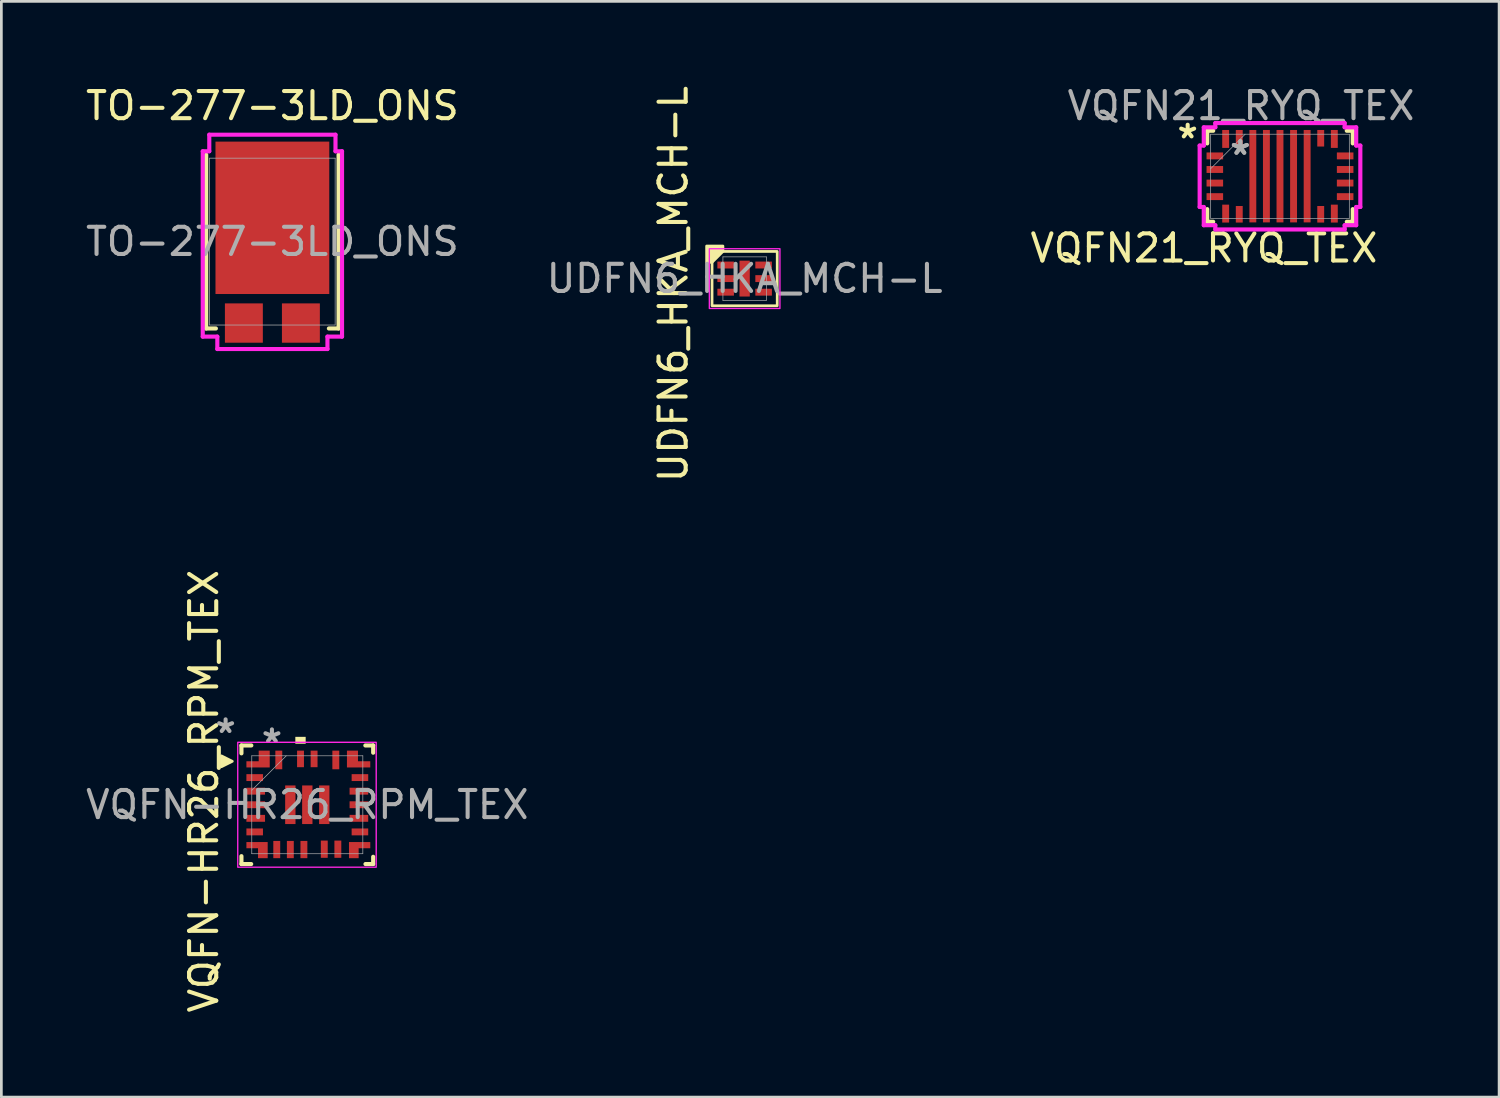
<source format=kicad_pcb>
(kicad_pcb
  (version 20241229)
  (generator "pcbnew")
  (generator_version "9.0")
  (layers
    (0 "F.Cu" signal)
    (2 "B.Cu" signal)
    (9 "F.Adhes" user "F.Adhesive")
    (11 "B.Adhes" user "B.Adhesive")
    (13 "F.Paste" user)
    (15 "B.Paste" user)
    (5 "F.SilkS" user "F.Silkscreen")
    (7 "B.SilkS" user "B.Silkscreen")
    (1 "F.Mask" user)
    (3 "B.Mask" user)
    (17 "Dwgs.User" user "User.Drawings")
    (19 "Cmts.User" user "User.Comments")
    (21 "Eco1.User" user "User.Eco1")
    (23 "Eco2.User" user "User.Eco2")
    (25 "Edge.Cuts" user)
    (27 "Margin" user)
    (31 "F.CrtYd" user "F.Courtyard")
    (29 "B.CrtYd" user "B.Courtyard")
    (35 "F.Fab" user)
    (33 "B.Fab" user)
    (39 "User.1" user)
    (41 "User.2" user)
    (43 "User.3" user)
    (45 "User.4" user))
  (footprint "VQFN21_RYQ_TEX"
    (layer "F.Cu")
    (at 44.092 3.442)
    (property "Reference" "VQFN21_RYQ_TEX" (at -2.8 2.647 0) (unlocked yes) (layer "F.SilkS") (effects (font (size 1 1) (thickness 0.15))))
    (attr smd)
    (fp_line (start -2.68 -1.676) (end -2.68 -1.21) (stroke (width 0.152) (type solid)) (layer "F.SilkS"))
    (fp_line (start -2.68 1.21) (end -2.68 1.676) (stroke (width 0.152) (type solid)) (layer "F.SilkS"))
    (fp_line (start -2.68 1.676) (end -2.46 1.676) (stroke (width 0.152) (type solid)) (layer "F.SilkS"))
    (fp_line (start -2.46 -1.676) (end -2.68 -1.676) (stroke (width 0.152) (type solid)) (layer "F.SilkS"))
    (fp_line (start 2.46 1.676) (end 2.68 1.676) (stroke (width 0.152) (type solid)) (layer "F.SilkS"))
    (fp_line (start 2.68 -1.676) (end 2.46 -1.676) (stroke (width 0.152) (type solid)) (layer "F.SilkS"))
    (fp_line (start 2.68 -1.21) (end 2.68 -1.676) (stroke (width 0.152) (type solid)) (layer "F.SilkS"))
    (fp_line (start 2.68 1.676) (end 2.68 1.21) (stroke (width 0.152) (type solid)) (layer "F.SilkS"))
    (fp_line (start -2.959 -1.131) (end -2.807 -1.131) (stroke (width 0.152) (type solid)) (layer "F.CrtYd"))
    (fp_line (start -2.959 1.131) (end -2.959 -1.131) (stroke (width 0.152) (type solid)) (layer "F.CrtYd"))
    (fp_line (start -2.807 -1.803) (end -2.382 -1.803) (stroke (width 0.152) (type solid)) (layer "F.CrtYd"))
    (fp_line (start -2.807 -1.131) (end -2.807 -1.803) (stroke (width 0.152) (type solid)) (layer "F.CrtYd"))
    (fp_line (start -2.807 1.131) (end -2.959 1.131) (stroke (width 0.152) (type solid)) (layer "F.CrtYd"))
    (fp_line (start -2.807 1.803) (end -2.807 1.131) (stroke (width 0.152) (type solid)) (layer "F.CrtYd"))
    (fp_line (start -2.382 -1.959) (end 2.382 -1.959) (stroke (width 0.152) (type solid)) (layer "F.CrtYd"))
    (fp_line (start -2.382 -1.803) (end -2.382 -1.959) (stroke (width 0.152) (type solid)) (layer "F.CrtYd"))
    (fp_line (start -2.382 1.803) (end -2.807 1.803) (stroke (width 0.152) (type solid)) (layer "F.CrtYd"))
    (fp_line (start -2.382 1.959) (end -2.382 1.803) (stroke (width 0.152) (type solid)) (layer "F.CrtYd"))
    (fp_line (start 2.382 -1.959) (end 2.382 -1.803) (stroke (width 0.152) (type solid)) (layer "F.CrtYd"))
    (fp_line (start 2.382 -1.803) (end 2.807 -1.803) (stroke (width 0.152) (type solid)) (layer "F.CrtYd"))
    (fp_line (start 2.382 1.803) (end 2.382 1.959) (stroke (width 0.152) (type solid)) (layer "F.CrtYd"))
    (fp_line (start 2.382 1.959) (end -2.382 1.959) (stroke (width 0.152) (type solid)) (layer "F.CrtYd"))
    (fp_line (start 2.807 -1.803) (end 2.807 -1.131) (stroke (width 0.152) (type solid)) (layer "F.CrtYd"))
    (fp_line (start 2.807 -1.131) (end 2.959 -1.131) (stroke (width 0.152) (type solid)) (layer "F.CrtYd"))
    (fp_line (start 2.807 1.131) (end 2.807 1.803) (stroke (width 0.152) (type solid)) (layer "F.CrtYd"))
    (fp_line (start 2.807 1.803) (end 2.382 1.803) (stroke (width 0.152) (type solid)) (layer "F.CrtYd"))
    (fp_line (start 2.959 -1.131) (end 2.959 1.131) (stroke (width 0.152) (type solid)) (layer "F.CrtYd"))
    (fp_line (start 2.959 1.131) (end 2.807 1.131) (stroke (width 0.152) (type solid)) (layer "F.CrtYd"))
    (fp_line (start -2.553 -1.549) (end -2.553 1.549) (stroke (width 0.025) (type solid)) (layer "F.Fab"))
    (fp_line (start -2.553 -0.279) (end -1.283 -1.549) (stroke (width 0.025) (type solid)) (layer "F.Fab"))
    (fp_line (start -2.553 1.549) (end 2.553 1.549) (stroke (width 0.025) (type solid)) (layer "F.Fab"))
    (fp_line (start 2.553 -1.549) (end -2.553 -1.549) (stroke (width 0.025) (type solid)) (layer "F.Fab"))
    (fp_line (start 2.553 1.549) (end 2.553 -1.549) (stroke (width 0.025) (type solid)) (layer "F.Fab"))
    (fp_text user "*" (at -3.4 -1.353 0) (unlocked yes) (layer "F.SilkS") (effects (font (size 1 1) (thickness 0.15))))
    (fp_text user "${REFERENCE}" (at -1.435 -2.594 0) (unlocked yes) (layer "F.Fab") (effects (font (size 1 1) (thickness 0.15))))
    (fp_text user "*" (at -1.46 -0.75 0) (unlocked yes) (layer "F.Fab") (effects (font (size 1 1) (thickness 0.15))))
    (fp_text user "*" (at -1.46 -0.75 0) (unlocked yes) (layer "F.Fab") (effects (font (size 1 1) (thickness 0.15))))
    (pad "1" smd rect (at -2.4 -0.75) (size 0.61 0.254) (layers "F.Cu" "F.Mask" "F.Paste"))
    (pad "2" smd rect (at -2.4 -0.25) (size 0.61 0.254) (layers "F.Cu" "F.Mask" "F.Paste"))
    (pad "3" smd rect (at -2.4 0.25) (size 0.61 0.254) (layers "F.Cu" "F.Mask" "F.Paste"))
    (pad "4" smd rect (at -2.4 0.75) (size 0.61 0.254) (layers "F.Cu" "F.Mask" "F.Paste"))
    (pad "5" smd rect (at -2.001 1.375) (size 0.254 0.66) (layers "F.Cu" "F.Mask" "F.Paste"))
    (pad "6" smd rect (at -1.5 1.4 90) (size 0.61 0.254) (layers "F.Cu" "F.Mask" "F.Paste"))
    (pad "7" smd rect (at -1 -0.003) (size 0.254 3.404) (layers "F.Cu" "F.Mask" "F.Paste"))
    (pad "8" smd rect (at -0.5 -0.003) (size 0.254 3.404) (layers "F.Cu" "F.Mask" "F.Paste"))
    (pad "9" smd rect (at 0 -0.003) (size 0.254 3.404) (layers "F.Cu" "F.Mask" "F.Paste"))
    (pad "10" smd rect (at 0.5 -0.003) (size 0.254 3.404) (layers "F.Cu" "F.Mask" "F.Paste"))
    (pad "11" smd rect (at 1 -0.003) (size 0.254 3.404) (layers "F.Cu" "F.Mask" "F.Paste"))
    (pad "12" smd rect (at 1.5 1.4 90) (size 0.61 0.254) (layers "F.Cu" "F.Mask" "F.Paste"))
    (pad "13" smd rect (at 2.001 1.375) (size 0.254 0.66) (layers "F.Cu" "F.Mask" "F.Paste"))
    (pad "14" smd rect (at 2.4 0.75) (size 0.61 0.254) (layers "F.Cu" "F.Mask" "F.Paste"))
    (pad "15" smd rect (at 2.4 0.25) (size 0.61 0.254) (layers "F.Cu" "F.Mask" "F.Paste"))
    (pad "16" smd rect (at 2.4 -0.25) (size 0.61 0.254) (layers "F.Cu" "F.Mask" "F.Paste"))
    (pad "17" smd rect (at 2.4 -0.75) (size 0.61 0.254) (layers "F.Cu" "F.Mask" "F.Paste"))
    (pad "18" smd rect (at 2.001 -1.375) (size 0.254 0.66) (layers "F.Cu" "F.Mask" "F.Paste"))
    (pad "19" smd rect (at 1.5 -1.4 90) (size 0.61 0.254) (layers "F.Cu" "F.Mask" "F.Paste"))
    (pad "20" smd rect (at -1.5 -1.4 90) (size 0.61 0.254) (layers "F.Cu" "F.Mask" "F.Paste"))
    (pad "21" smd rect (at -2.001 -1.375) (size 0.254 0.66) (layers "F.Cu" "F.Mask" "F.Paste")))
  (footprint "UDFN6_HKA_MCH-L"
    (layer "F.Cu")
    (at 24.375 7.211)
    (property "Reference" "UDFN6_HKA_MCH-L" (at -2.627 0.2 90) (unlocked yes) (layer "F.SilkS") (effects (font (size 1 1) (thickness 0.15))))
    (attr smd)
    (fp_poly (pts (xy -1.2 -1) (xy 1.2 -1) (xy 1.2 1) (xy -1.2 1)) (stroke (width 0.1) (type default)) (fill no) (layer "F.SilkS"))
    (fp_poly (pts (xy -1.2 -0.6) (xy -1.4 -0.6) (xy -1.4 -1.2) (xy -0.8 -1.2) (xy -0.8 -1)) (stroke (width 0.1) (type solid)) (fill yes) (layer "F.SilkS"))
    (fp_poly (pts (xy -1.3 -1.1) (xy 1.3 -1.1) (xy 1.3 1.1) (xy -1.3 1.1)) (stroke (width 0.05) (type default)) (fill no) (layer "F.CrtYd"))
    (fp_line (start -0.8 -0.8) (end -0.8 0.8) (stroke (width 0.025) (type solid)) (layer "F.Fab"))
    (fp_line (start -0.8 0.8) (end 0.8 0.8) (stroke (width 0.025) (type solid)) (layer "F.Fab"))
    (fp_line (start 0.8 -0.8) (end -0.8 -0.8) (stroke (width 0.025) (type solid)) (layer "F.Fab"))
    (fp_line (start 0.8 0.8) (end 0.8 -0.8) (stroke (width 0.025) (type solid)) (layer "F.Fab"))
    (fp_text user "${REFERENCE}" (at 0 0 0) (unlocked yes) (layer "F.Fab") (effects (font (size 1 1) (thickness 0.15))))
    (pad "1" smd rect (at -0.699 -0.5) (size 0.61 0.254) (layers "F.Cu" "F.Mask" "F.Paste"))
    (pad "2" smd rect (at -0.699 0) (size 0.61 0.254) (layers "F.Cu" "F.Mask" "F.Paste"))
    (pad "2" smd rect (at 0 0) (size 0.38 1.321) (layers "F.Cu" "F.Mask" "F.Paste"))
    (pad "3" smd rect (at -0.699 0.5) (size 0.61 0.254) (layers "F.Cu" "F.Mask" "F.Paste"))
    (pad "4" smd rect (at 0.699 0.5) (size 0.61 0.254) (layers "F.Cu" "F.Mask" "F.Paste"))
    (pad "5" smd rect (at 0.699 0) (size 0.61 0.254) (layers "F.Cu" "F.Mask" "F.Paste"))
    (pad "6" smd rect (at 0.699 -0.5) (size 0.61 0.254) (layers "F.Cu" "F.Mask" "F.Paste")))
  (footprint "TO-277-3LD_ONS"
    (layer "F.Cu")
    (at 6.982 5.848)
    (property "Reference" "TO-277-3LD_ONS" (at 0 -5 0) (unlocked yes) (layer "F.SilkS") (effects (font (size 1 1) (thickness 0.15))))
    (attr smd)
    (fp_line (start -2.438 -3.2) (end -2.438 3.2) (stroke (width 0.152) (type solid)) (layer "F.SilkS"))
    (fp_line (start -2.438 3.2) (end -2.081 3.2) (stroke (width 0.152) (type solid)) (layer "F.SilkS"))
    (fp_line (start 2.081 3.2) (end 2.438 3.2) (stroke (width 0.152) (type solid)) (layer "F.SilkS"))
    (fp_line (start 2.438 3.2) (end 2.438 -3.2) (stroke (width 0.152) (type solid)) (layer "F.SilkS"))
    (fp_line (start -2.565 -3.327) (end -2.324 -3.327) (stroke (width 0.152) (type solid)) (layer "F.CrtYd"))
    (fp_line (start -2.565 3.5) (end -2.565 -3.327) (stroke (width 0.152) (type solid)) (layer "F.CrtYd"))
    (fp_line (start -2.324 -3.937) (end -2.324 -3.327) (stroke (width 0.152) (type solid)) (layer "F.CrtYd"))
    (fp_line (start -2.324 -3.937) (end 2.324 -3.937) (stroke (width 0.152) (type solid)) (layer "F.CrtYd"))
    (fp_line (start -2.028 3.5) (end -2.565 3.5) (stroke (width 0.152) (type solid)) (layer "F.CrtYd"))
    (fp_line (start -2.028 3.5) (end -2.028 3.957) (stroke (width 0.152) (type solid)) (layer "F.CrtYd"))
    (fp_line (start -2.028 3.957) (end 2.028 3.957) (stroke (width 0.152) (type solid)) (layer "F.CrtYd"))
    (fp_line (start 2.028 3.5) (end 2.028 3.957) (stroke (width 0.152) (type solid)) (layer "F.CrtYd"))
    (fp_line (start 2.324 -3.937) (end 2.324 -3.327) (stroke (width 0.152) (type solid)) (layer "F.CrtYd"))
    (fp_line (start 2.565 -3.327) (end 2.324 -3.327) (stroke (width 0.152) (type solid)) (layer "F.CrtYd"))
    (fp_line (start 2.565 -3.327) (end 2.565 3.5) (stroke (width 0.152) (type solid)) (layer "F.CrtYd"))
    (fp_line (start 2.565 3.5) (end 2.028 3.5) (stroke (width 0.152) (type solid)) (layer "F.CrtYd"))
    (fp_line (start -2.311 -3.073) (end -2.311 3.073) (stroke (width 0.025) (type solid)) (layer "F.Fab"))
    (fp_line (start -2.311 3.073) (end 2.311 3.073) (stroke (width 0.025) (type solid)) (layer "F.Fab"))
    (fp_line (start 2.311 -3.073) (end -2.311 -3.073) (stroke (width 0.025) (type solid)) (layer "F.Fab"))
    (fp_line (start 2.311 3.073) (end 2.311 -3.073) (stroke (width 0.025) (type solid)) (layer "F.Fab"))
    (fp_text user "${REFERENCE}" (at 0 0 0) (unlocked yes) (layer "F.Fab") (effects (font (size 1 1) (thickness 0.15))))
    (pad "1" smd rect (at 0 -0.876 90) (size 5.613 4.191) (layers "F.Cu" "F.Mask" "F.Paste"))
    (pad "2" smd rect (at -1.05 3 90) (size 1.448 1.397) (layers "F.Cu" "F.Mask" "F.Paste"))
    (pad "2" smd rect (at 1.05 3 90) (size 1.448 1.397) (layers "F.Cu" "F.Mask" "F.Paste")))
  (footprint "VQFN-HR26_RPM_TEX"
    (layer "F.Cu")
    (at 8.306 26.589)
    (property "Reference" "VQFN-HR26_RPM_TEX" (at -3.847 -0.5 90) (unlocked yes) (layer "F.SilkS") (effects (font (size 1 1) (thickness 0.15))))
    (attr smd)
    (fp_line (start -2.464 -2.184) (end -2.464 -1.893) (stroke (width 0.152) (type solid)) (layer "F.SilkS"))
    (fp_line (start -2.464 1.893) (end -2.464 2.184) (stroke (width 0.152) (type solid)) (layer "F.SilkS"))
    (fp_line (start -2.464 2.184) (end -2.105 2.184) (stroke (width 0.152) (type solid)) (layer "F.SilkS"))
    (fp_line (start -2.1 -2.184) (end -2.464 -2.184) (stroke (width 0.152) (type solid)) (layer "F.SilkS"))
    (fp_line (start 2.105 2.184) (end 2.388 2.184) (stroke (width 0.152) (type solid)) (layer "F.SilkS"))
    (fp_line (start 2.388 -2.184) (end 2.1 -2.184) (stroke (width 0.152) (type solid)) (layer "F.SilkS"))
    (fp_line (start 2.388 -1.917) (end 2.388 -2.184) (stroke (width 0.152) (type solid)) (layer "F.SilkS"))
    (fp_line (start 2.388 2.184) (end 2.388 1.917) (stroke (width 0.152) (type solid)) (layer "F.SilkS"))
    (fp_poly (pts (xy -2.8 -1.6) (xy -3.2 -1.8) (xy -3.2 -1.4)) (stroke (width 0.1) (type solid)) (fill yes) (layer "F.SilkS"))
    (fp_poly (pts (xy -0.479 -2.247) (xy -0.479 -2.501) (xy -0.098 -2.501) (xy -0.098 -2.247)) (stroke (width 0) (type solid)) (fill yes) (layer "F.SilkS"))
    (fp_rect (start -2.6 -2.3) (end 2.5 2.3) (stroke (width 0.05) (type default)) (fill no) (layer "F.CrtYd"))
    (fp_line (start -2.083 -1.803) (end -2.083 1.803) (stroke (width 0.025) (type solid)) (layer "F.Fab"))
    (fp_line (start -2.083 -0.533) (end -0.813 -1.803) (stroke (width 0.025) (type solid)) (layer "F.Fab"))
    (fp_line (start -2.083 1.803) (end 2.007 1.803) (stroke (width 0.025) (type solid)) (layer "F.Fab"))
    (fp_line (start 2.007 -1.803) (end -2.083 -1.803) (stroke (width 0.025) (type solid)) (layer "F.Fab"))
    (fp_line (start 2.007 1.803) (end 2.007 -1.803) (stroke (width 0.025) (type solid)) (layer "F.Fab"))
    (fp_text user "${REFERENCE}" (at -0.038 0 0) (unlocked yes) (layer "F.Fab") (effects (font (size 1 1) (thickness 0.15))))
    (fp_text user "*" (at -3.047 -2.6 180) (layer "F.Fab") (effects (font (size 1 1) (thickness 0.15))))
    (fp_text user "*" (at -1.341 -2.231 180) (layer "F.Fab") (effects (font (size 1 1) (thickness 0.15))))
    (pad "1" smd custom (at -1.625 -1.488) (size 0.406 0.229) (layers "F.Cu" "F.Mask" "F.Paste") (options (anchor rect)) (primitives (gr_poly (pts (xy 0.203 0.114) (xy -0.656 0.114) (xy -0.656 -0.114) (xy -0.203 -0.114) (xy -0.203 -0.505) (xy 0.203 -0.505)) (width 0) (fill yes))))
    (pad "2" smd rect (at -1.976 -1 90) (size 0.254 0.61) (layers "F.Cu" "F.Mask" "F.Paste"))
    (pad "3" smd rect (at -1.938 -0.5 90) (size 0.254 0.686) (layers "F.Cu" "F.Mask" "F.Paste"))
    (pad "4" smd rect (at -1.938 0 90) (size 0.254 0.686) (layers "F.Cu" "F.Mask" "F.Paste"))
    (pad "5" smd rect (at -1.938 0.5 90) (size 0.254 0.686) (layers "F.Cu" "F.Mask" "F.Paste"))
    (pad "6" smd rect (at -1.976 1 90) (size 0.254 0.61) (layers "F.Cu" "F.Mask" "F.Paste"))
    (pad "7" smd custom (at -1.675 1.488) (size 0.356 0.229) (layers "F.Cu" "F.Mask" "F.Paste") (options (anchor rect)) (primitives (gr_poly (pts (xy 0.178 -0.114) (xy 0.178 0.48) (xy -0.178 0.48) (xy -0.178 0.114) (xy -0.606 0.114) (xy -0.606 -0.114)) (width 0) (fill yes))))
    (pad "8" smd rect (at -1.163 1.65) (size 0.254 0.635) (layers "F.Cu" "F.Mask" "F.Paste"))
    (pad "9" smd rect (at -0.663 1.65) (size 0.254 0.635) (layers "F.Cu" "F.Mask" "F.Paste"))
    (pad "10" smd rect (at -0.163 1.65) (size 0.254 0.635) (layers "F.Cu" "F.Mask" "F.Paste"))
    (pad "11" smd rect (at 0.587 1.637) (size 0.254 0.635) (layers "F.Cu" "F.Mask" "F.Paste"))
    (pad "12" smd rect (at 1.087 1.637) (size 0.254 0.635) (layers "F.Cu" "F.Mask" "F.Paste"))
    (pad "13" smd custom (at 1.675 1.488) (size 0.356 0.229) (layers "F.Cu" "F.Mask" "F.Paste") (options (anchor rect)) (primitives (gr_poly (pts (xy -0.178 -0.114) (xy -0.178 0.48) (xy 0.178 0.48) (xy 0.178 0.114) (xy 0.606 0.114) (xy 0.606 -0.114)) (width 0) (fill yes))))
    (pad "14" smd rect (at 1.9 1 90) (size 0.254 0.61) (layers "F.Cu" "F.Mask" "F.Paste"))
    (pad "15" smd rect (at 1.862 0.5 90) (size 0.254 0.686) (layers "F.Cu" "F.Mask" "F.Paste"))
    (pad "16" smd rect (at 1.862 0 90) (size 0.254 0.686) (layers "F.Cu" "F.Mask" "F.Paste"))
    (pad "17" smd rect (at 1.862 -0.5 90) (size 0.254 0.686) (layers "F.Cu" "F.Mask" "F.Paste"))
    (pad "18" smd rect (at 1.9 -1 90) (size 0.254 0.61) (layers "F.Cu" "F.Mask" "F.Paste"))
    (pad "19" smd custom (at 1.625 -1.488) (size 0.406 0.229) (layers "F.Cu" "F.Mask" "F.Paste") (options (anchor rect)) (primitives (gr_poly (pts (xy -0.203 0.114) (xy 0.656 0.114) (xy 0.656 -0.114) (xy 0.203 -0.114) (xy 0.203 -0.505) (xy -0.203 -0.505)) (width 0) (fill yes))))
    (pad "20" smd rect (at 1.012 -1.65) (size 0.254 0.686) (layers "F.Cu" "F.Mask" "F.Paste"))
    (pad "21" smd rect (at 0.212 -1.688) (size 0.254 0.61) (layers "F.Cu" "F.Mask" "F.Paste"))
    (pad "22" smd rect (at -0.288 -1.688) (size 0.254 0.61) (layers "F.Cu" "F.Mask" "F.Paste"))
    (pad "23" smd rect (at -1.088 -1.65) (size 0.254 0.686) (layers "F.Cu" "F.Mask" "F.Paste"))
    (pad "24" smd rect (at -0.663 0) (size 0.381 1.422) (layers "F.Cu" "F.Mask"))
    (pad "25" smd rect (at -0.038 0) (size 0.381 1.422) (layers "F.Cu" "F.Mask"))
    (pad "26" smd rect (at 0.587 0) (size 0.381 1.422) (layers "F.Cu" "F.Mask")))
  (gr_rect
    (start -3 -3)
    (end 52.162 37.357)
    (stroke (width 0.1) (type default))
    (fill no)
    (layer "Edge.Cuts")))
</source>
